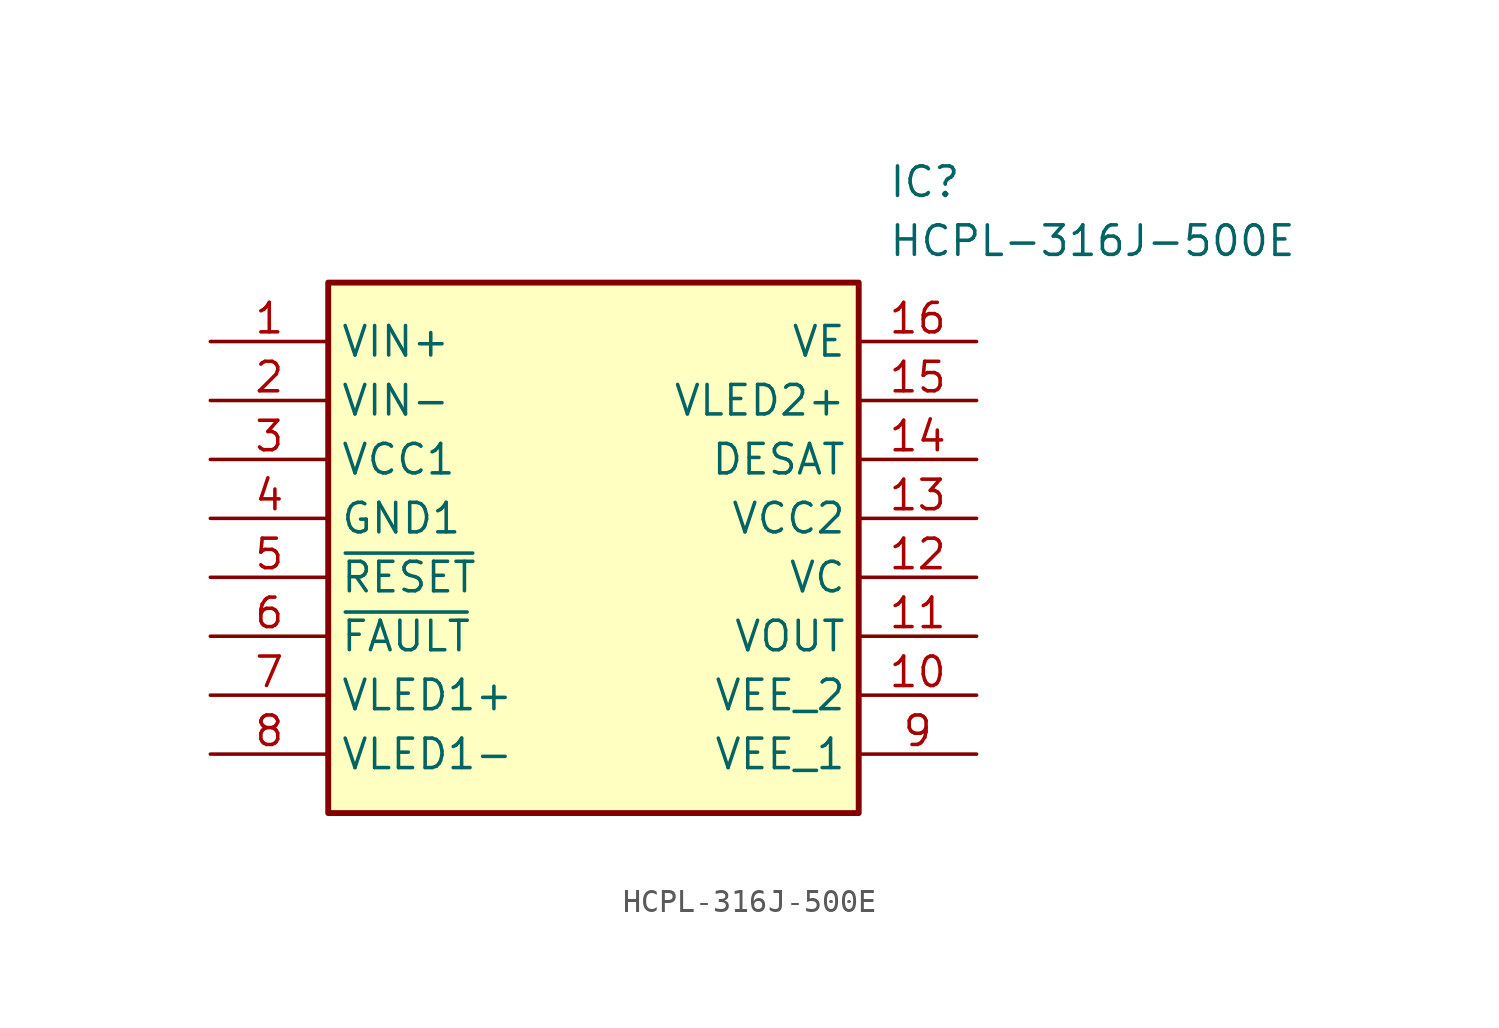
<source format=kicad_sym>
(kicad_symbol_lib
  (version 20211014)
  (generator SamacSys_ECAD_Model)
  (symbol "HCPL-316J-500E"
    (property "Reference" "IC"
      (at 29.21 7.62 0)
      (effects (font (size 1.27 1.27)) (justify left top)))
    (property "Value" "HCPL-316J-500E"
      (at 29.21 5.08 0)
      (effects (font (size 1.27 1.27)) (justify left top)))
    (rectangle
      (start 5.08 2.54)
      (end 27.94 -20.32)
      (stroke (width 0.254) (type default))
      (fill (type background)))
    (pin passive line
      (at 0 0 0)
      (length 5.08)
      (name "VIN+" (effects (font (size 1.27 1.27))))
      (number "1" (effects (font (size 1.27 1.27)))))
    (pin passive line
      (at 0 -2.54 0)
      (length 5.08)
      (name "VIN-" (effects (font (size 1.27 1.27))))
      (number "2" (effects (font (size 1.27 1.27)))))
    (pin passive line
      (at 0 -5.08 0)
      (length 5.08)
      (name "VCC1" (effects (font (size 1.27 1.27))))
      (number "3" (effects (font (size 1.27 1.27)))))
    (pin passive line
      (at 0 -7.62 0)
      (length 5.08)
      (name "GND1" (effects (font (size 1.27 1.27))))
      (number "4" (effects (font (size 1.27 1.27)))))
    (pin passive line
      (at 0 -10.16 0)
      (length 5.08)
      (name "~{RESET}" (effects (font (size 1.27 1.27))))
      (number "5" (effects (font (size 1.27 1.27)))))
    (pin passive line
      (at 0 -12.7 0)
      (length 5.08)
      (name "~{FAULT}" (effects (font (size 1.27 1.27))))
      (number "6" (effects (font (size 1.27 1.27)))))
    (pin passive line
      (at 0 -15.24 0)
      (length 5.08)
      (name "VLED1+" (effects (font (size 1.27 1.27))))
      (number "7" (effects (font (size 1.27 1.27)))))
    (pin passive line
      (at 0 -17.78 0)
      (length 5.08)
      (name "VLED1-" (effects (font (size 1.27 1.27))))
      (number "8" (effects (font (size 1.27 1.27)))))
    (pin passive line
      (at 33.02 0 180)
      (length 5.08)
      (name "VE" (effects (font (size 1.27 1.27))))
      (number "16" (effects (font (size 1.27 1.27)))))
    (pin passive line
      (at 33.02 -2.54 180)
      (length 5.08)
      (name "VLED2+" (effects (font (size 1.27 1.27))))
      (number "15" (effects (font (size 1.27 1.27)))))
    (pin passive line
      (at 33.02 -5.08 180)
      (length 5.08)
      (name "DESAT" (effects (font (size 1.27 1.27))))
      (number "14" (effects (font (size 1.27 1.27)))))
    (pin passive line
      (at 33.02 -7.62 180)
      (length 5.08)
      (name "VCC2" (effects (font (size 1.27 1.27))))
      (number "13" (effects (font (size 1.27 1.27)))))
    (pin passive line
      (at 33.02 -10.16 180)
      (length 5.08)
      (name "VC" (effects (font (size 1.27 1.27))))
      (number "12" (effects (font (size 1.27 1.27)))))
    (pin passive line
      (at 33.02 -12.7 180)
      (length 5.08)
      (name "VOUT" (effects (font (size 1.27 1.27))))
      (number "11" (effects (font (size 1.27 1.27)))))
    (pin passive line
      (at 33.02 -15.24 180)
      (length 5.08)
      (name "VEE_2" (effects (font (size 1.27 1.27))))
      (number "10" (effects (font (size 1.27 1.27)))))
    (pin passive line
      (at 33.02 -17.78 180)
      (length 5.08)
      (name "VEE_1" (effects (font (size 1.27 1.27))))
      (number "9" (effects (font (size 1.27 1.27)))))))
</source>
